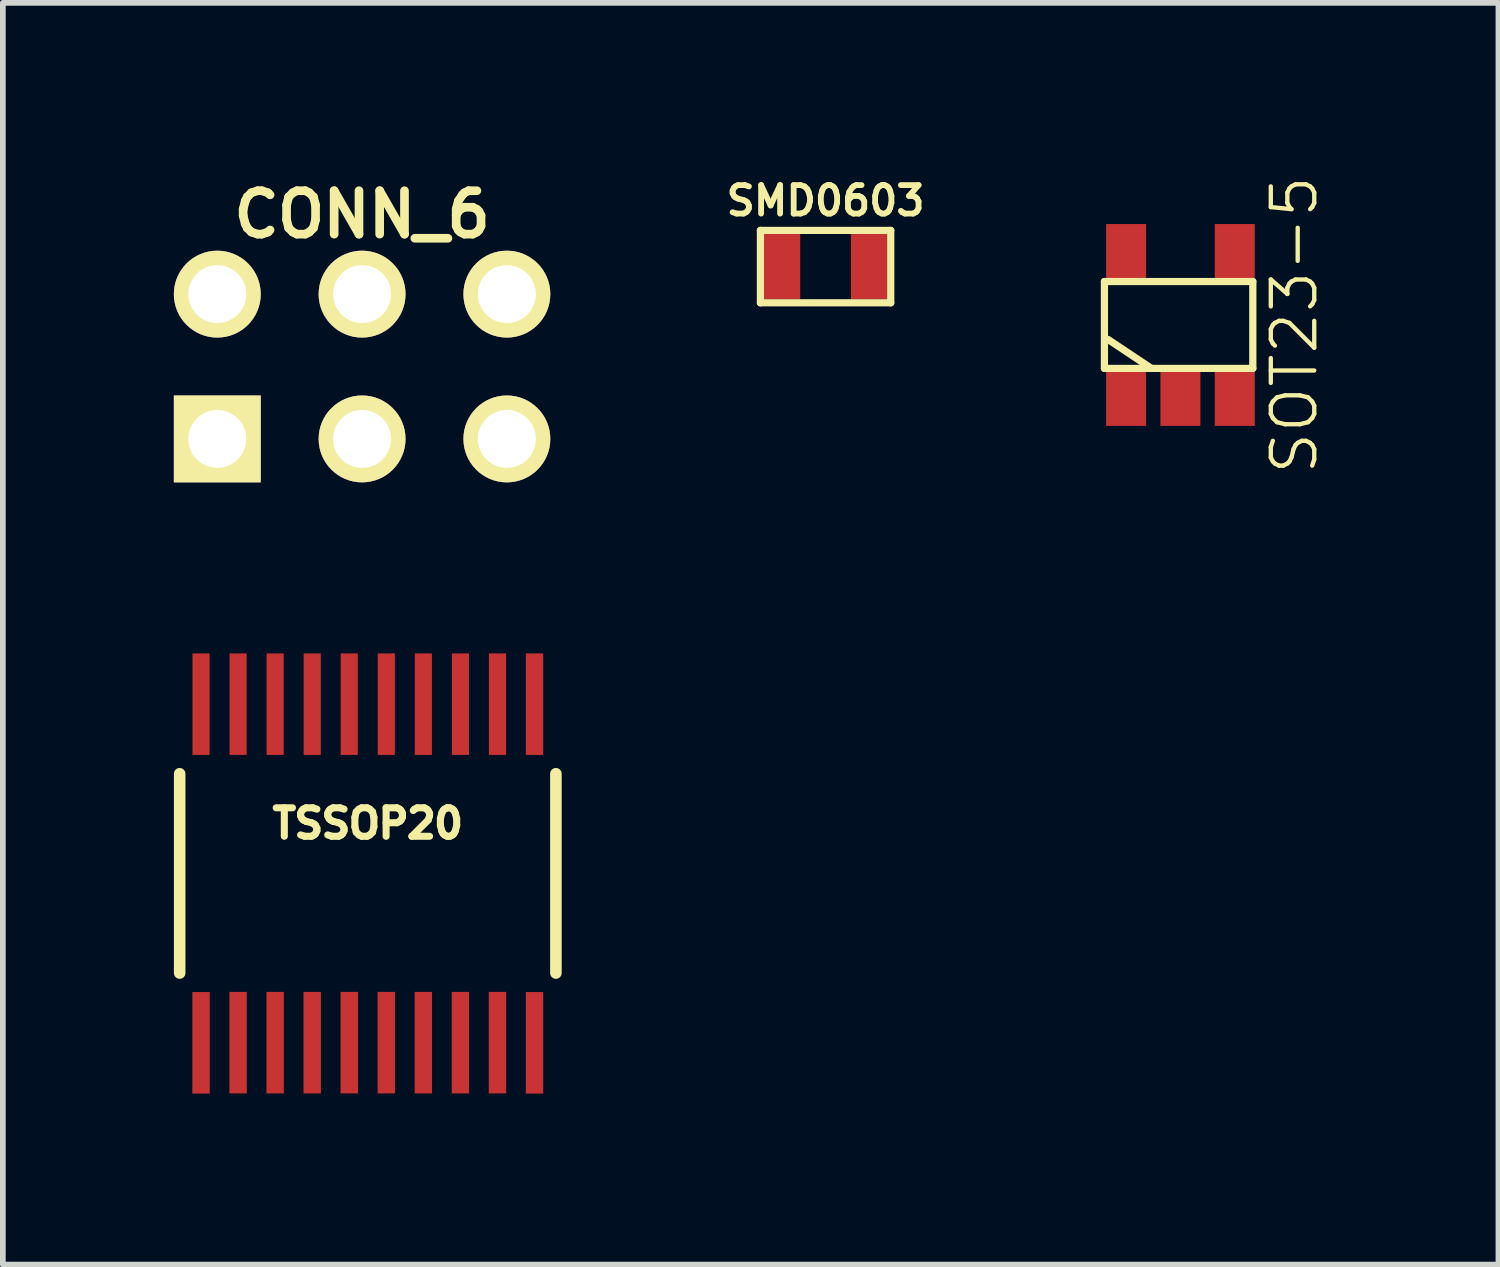
<source format=kicad_pcb>
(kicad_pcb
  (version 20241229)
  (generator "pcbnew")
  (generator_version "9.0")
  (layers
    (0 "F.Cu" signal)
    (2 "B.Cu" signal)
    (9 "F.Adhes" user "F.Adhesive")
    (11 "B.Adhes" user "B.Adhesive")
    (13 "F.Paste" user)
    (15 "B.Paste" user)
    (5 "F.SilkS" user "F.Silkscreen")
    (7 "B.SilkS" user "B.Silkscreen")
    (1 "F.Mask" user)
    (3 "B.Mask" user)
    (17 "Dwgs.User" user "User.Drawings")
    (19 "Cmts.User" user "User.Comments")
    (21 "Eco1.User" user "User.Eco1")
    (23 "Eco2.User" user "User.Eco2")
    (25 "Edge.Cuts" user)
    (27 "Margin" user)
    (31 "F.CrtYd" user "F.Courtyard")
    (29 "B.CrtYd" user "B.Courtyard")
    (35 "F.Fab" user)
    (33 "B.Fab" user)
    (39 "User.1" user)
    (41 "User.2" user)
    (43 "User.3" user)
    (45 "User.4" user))
  (footprint "CONN_6"
    (layer "F.Cu")
    (at 3.302 3.38)
    (property "Reference" "CONN_6" (at 0 -2.667 0) (layer "F.SilkS") (effects (font (size 0.762 0.762) (thickness 0.152))))
    (attr through_hole)
    (pad "1" thru_hole rect (at -2.54 1.27) (size 1.524 1.524) (drill 1.016) (layers "*.Cu" "*.Mask" "F.SilkS"))
    (pad "2" thru_hole circle (at -2.54 -1.27) (size 1.524 1.524) (drill 1.016) (layers "*.Cu" "*.Mask" "F.SilkS"))
    (pad "3" thru_hole circle (at 0 1.27) (size 1.524 1.524) (drill 1.016) (layers "*.Cu" "*.Mask" "F.SilkS"))
    (pad "4" thru_hole circle (at 0 -1.27) (size 1.524 1.524) (drill 1.016) (layers "*.Cu" "*.Mask" "F.SilkS"))
    (pad "5" thru_hole circle (at 2.54 1.27) (size 1.524 1.524) (drill 1.016) (layers "*.Cu" "*.Mask" "F.SilkS"))
    (pad "6" thru_hole circle (at 2.54 -1.27) (size 1.524 1.524) (drill 1.016) (layers "*.Cu" "*.Mask" "F.SilkS")))
  (footprint "SMD0603"
    (layer "F.Cu")
    (at 11.433 1.627)
    (property "Reference" "SMD0603" (at 0 -1.156 0) (layer "F.SilkS") (effects (font (size 0.5 0.5) (thickness 0.102))))
    (attr smd)
    (fp_line (start -1.143 -0.635) (end 1.143 -0.635) (stroke (width 0.127) (type solid)) (layer "F.SilkS"))
    (fp_line (start -1.143 0.635) (end -1.143 -0.635) (stroke (width 0.127) (type solid)) (layer "F.SilkS"))
    (fp_line (start 1.143 -0.635) (end 1.143 0.635) (stroke (width 0.127) (type solid)) (layer "F.SilkS"))
    (fp_line (start 1.143 0.635) (end -1.143 0.635) (stroke (width 0.127) (type solid)) (layer "F.SilkS"))
    (pad "1" smd rect (at -0.762 0) (size 0.635 1.143) (layers "F.Cu" "F.Mask" "F.Paste"))
    (pad "2" smd rect (at 0.762 0) (size 0.635 1.143) (layers "F.Cu" "F.Mask" "F.Paste")))
  (footprint "TSSOP20"
    (layer "F.Cu")
    (at 3.402 12.272)
    (property "Reference" "TSSOP20" (at 0 -0.876 0) (layer "F.SilkS") (effects (font (size 0.5 0.5) (thickness 0.124))))
    (attr through_hole)
    (fp_line (start -3.3 -1.748) (end -3.3 1.748) (stroke (width 0.203) (type solid)) (layer "F.SilkS"))
    (fp_line (start 3.3 1.748) (end 3.3 -1.748) (stroke (width 0.203) (type solid)) (layer "F.SilkS"))
    (pad "1" smd rect (at -2.925 2.972) (size 0.305 1.781) (layers "F.Cu" "F.Mask" "F.Paste"))
    (pad "2" smd rect (at -2.275 2.969) (size 0.305 1.781) (layers "F.Cu" "F.Mask" "F.Paste"))
    (pad "3" smd rect (at -1.625 2.969) (size 0.305 1.781) (layers "F.Cu" "F.Mask" "F.Paste"))
    (pad "4" smd rect (at -0.975 2.969) (size 0.305 1.781) (layers "F.Cu" "F.Mask" "F.Paste"))
    (pad "5" smd rect (at -0.325 2.969) (size 0.305 1.781) (layers "F.Cu" "F.Mask" "F.Paste"))
    (pad "6" smd rect (at 0.325 2.969) (size 0.305 1.781) (layers "F.Cu" "F.Mask" "F.Paste"))
    (pad "7" smd rect (at 0.975 2.969) (size 0.305 1.781) (layers "F.Cu" "F.Mask" "F.Paste"))
    (pad "8" smd rect (at 1.625 2.969) (size 0.305 1.781) (layers "F.Cu" "F.Mask" "F.Paste"))
    (pad "9" smd rect (at 2.275 2.969) (size 0.305 1.781) (layers "F.Cu" "F.Mask" "F.Paste"))
    (pad "10" smd rect (at 2.925 2.972) (size 0.305 1.781) (layers "F.Cu" "F.Mask" "F.Paste"))
    (pad "11" smd rect (at 2.925 -2.969) (size 0.305 1.781) (layers "F.Cu" "F.Mask" "F.Paste"))
    (pad "12" smd rect (at 2.275 -2.969) (size 0.3 1.781) (layers "F.Cu" "F.Mask" "F.Paste"))
    (pad "13" smd rect (at 1.625 -2.969) (size 0.3 1.781) (layers "F.Cu" "F.Mask" "F.Paste"))
    (pad "14" smd rect (at 0.975 -2.969) (size 0.3 1.781) (layers "F.Cu" "F.Mask" "F.Paste"))
    (pad "15" smd rect (at 0.325 -2.969) (size 0.3 1.781) (layers "F.Cu" "F.Mask" "F.Paste"))
    (pad "16" smd rect (at -0.325 -2.969) (size 0.3 1.781) (layers "F.Cu" "F.Mask" "F.Paste"))
    (pad "17" smd rect (at -0.975 -2.969) (size 0.3 1.781) (layers "F.Cu" "F.Mask" "F.Paste"))
    (pad "18" smd rect (at -1.625 -2.969) (size 0.3 1.781) (layers "F.Cu" "F.Mask" "F.Paste"))
    (pad "19" smd rect (at -2.275 -2.969) (size 0.3 1.781) (layers "F.Cu" "F.Mask" "F.Paste"))
    (pad "20" smd rect (at -2.925 -2.969) (size 0.3 1.781) (layers "F.Cu" "F.Mask" "F.Paste")))
  (footprint "SOT23-5"
    (layer "F.Cu")
    (at 17.658 2.651)
    (property "Reference" "SOT23-5" (at 1.999 0 90) (layer "F.SilkS") (effects (font (size 0.762 0.762) (thickness 0.076))))
    (attr through_hole)
    (fp_line (start -1.333 -0.762) (end 1.27 -0.762) (stroke (width 0.127) (type solid)) (layer "F.SilkS"))
    (fp_line (start -1.333 0.762) (end -1.333 -0.762) (stroke (width 0.127) (type solid)) (layer "F.SilkS"))
    (fp_line (start -0.508 0.762) (end -1.27 0.254) (stroke (width 0.127) (type solid)) (layer "F.SilkS"))
    (fp_line (start 1.27 -0.762) (end 1.27 0.762) (stroke (width 0.127) (type solid)) (layer "F.SilkS"))
    (fp_line (start 1.27 0.762) (end -1.333 0.762) (stroke (width 0.127) (type solid)) (layer "F.SilkS"))
    (pad "1" smd rect (at -0.953 1.27) (size 0.701 1.001) (layers "F.Cu" "F.Mask" "F.Paste"))
    (pad "2" smd rect (at 0 1.27) (size 0.701 1.001) (layers "F.Cu" "F.Mask" "F.Paste"))
    (pad "3" smd rect (at 0.953 1.27) (size 0.701 1.001) (layers "F.Cu" "F.Mask" "F.Paste"))
    (pad "4" smd rect (at 0.953 -1.27) (size 0.701 1.001) (layers "F.Cu" "F.Mask" "F.Paste"))
    (pad "5" smd rect (at -0.953 -1.27) (size 0.701 1.001) (layers "F.Cu" "F.Mask" "F.Paste")))
  (gr_rect
    (start -3 -3)
    (end 23.237 19.134)
    (stroke (width 0.1) (type default))
    (fill no)
    (layer "Edge.Cuts")))
</source>
